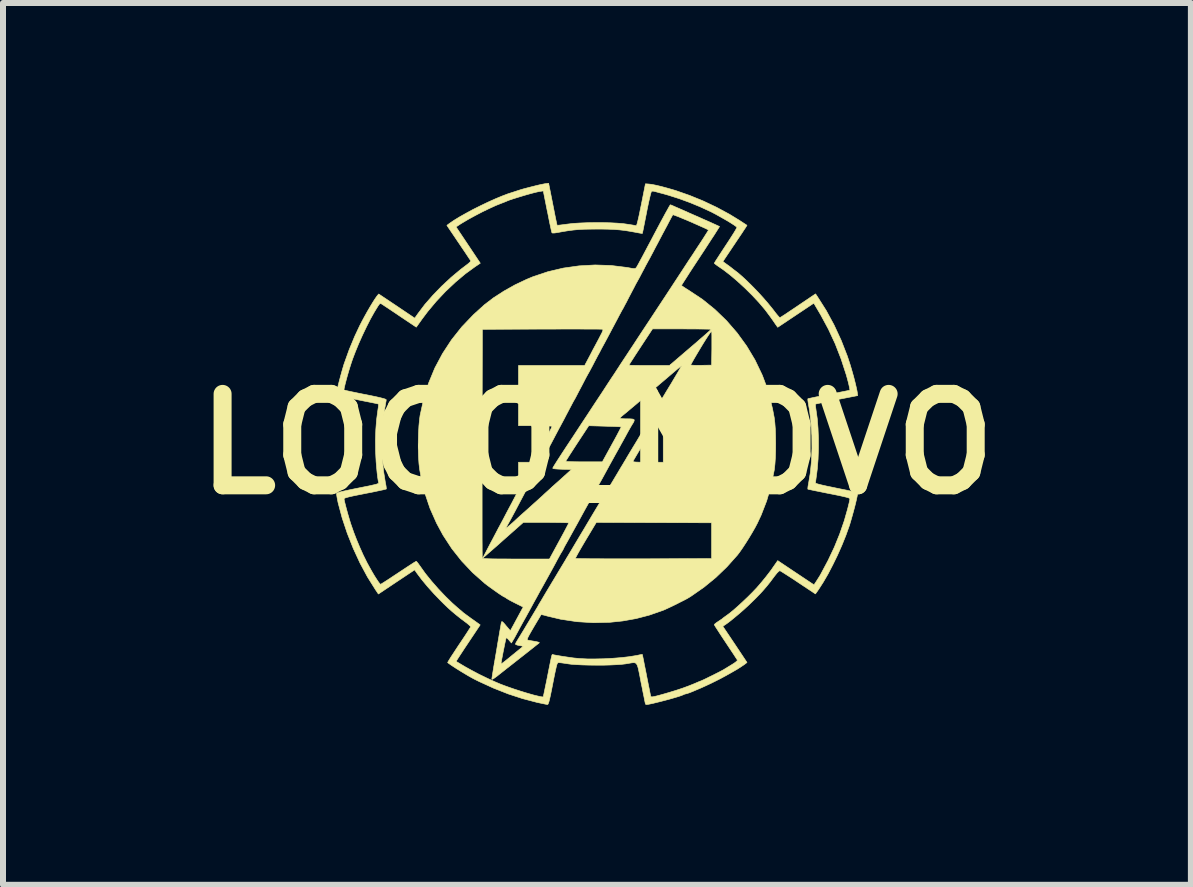
<source format=kicad_pcb>
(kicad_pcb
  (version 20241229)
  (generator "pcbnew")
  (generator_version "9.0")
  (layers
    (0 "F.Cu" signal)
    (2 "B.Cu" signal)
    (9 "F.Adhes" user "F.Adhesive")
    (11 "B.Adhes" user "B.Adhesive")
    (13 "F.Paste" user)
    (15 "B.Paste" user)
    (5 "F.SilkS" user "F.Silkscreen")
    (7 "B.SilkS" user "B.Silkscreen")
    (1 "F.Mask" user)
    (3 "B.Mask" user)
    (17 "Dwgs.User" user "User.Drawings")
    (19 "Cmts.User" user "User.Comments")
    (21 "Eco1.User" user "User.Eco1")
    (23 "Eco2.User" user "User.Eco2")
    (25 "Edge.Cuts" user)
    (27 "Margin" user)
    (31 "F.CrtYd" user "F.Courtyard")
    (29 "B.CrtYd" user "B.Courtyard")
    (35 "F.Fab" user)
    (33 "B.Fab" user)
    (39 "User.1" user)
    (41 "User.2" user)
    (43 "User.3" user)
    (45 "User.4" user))
  (footprint "LOGO_NOVO"
    (layer "F.Cu")
    (at 6.902 4.351)
    (property "Reference" "LOGO_NOVO" (at 0 0 0) (layer "F.SilkS") (effects (font (size 1.524 1.524) (thickness 0.3))))
    (attr through_hole)
    (fp_poly (pts (xy 1.236 -3.983) (xy 1.269 -3.969) (xy 1.318 -3.947) (xy 1.381 -3.92) (xy 1.454 -3.888) (xy 1.534 -3.852) (xy 1.618 -3.815) (xy 1.703 -3.778) (xy 1.785 -3.741) (xy 1.861 -3.708) (xy 1.927 -3.678) (xy 1.982 -3.653) (xy 2.021 -3.635) (xy 2.041 -3.626) (xy 2.043 -3.625) (xy 2.037 -3.614) (xy 2.018 -3.584) (xy 1.988 -3.537) (xy 1.949 -3.475) (xy 1.9 -3.401) (xy 1.845 -3.316) (xy 1.784 -3.222) (xy 1.728 -3.137) (xy 1.663 -3.038) (xy 1.602 -2.945) (xy 1.547 -2.861) (xy 1.5 -2.787) (xy 1.461 -2.726) (xy 1.432 -2.681) (xy 1.414 -2.652) (xy 1.41 -2.643) (xy 1.42 -2.633) (xy 1.448 -2.614) (xy 1.489 -2.587) (xy 1.534 -2.559) (xy 1.756 -2.412) (xy 1.965 -2.243) (xy 2.159 -2.056) (xy 2.336 -1.852) (xy 2.495 -1.633) (xy 2.634 -1.401) (xy 2.751 -1.157) (xy 2.76 -1.136) (xy 2.824 -0.965) (xy 2.881 -0.776) (xy 2.928 -0.58) (xy 2.955 -0.438) (xy 2.965 -0.354) (xy 2.973 -0.251) (xy 2.977 -0.136) (xy 2.979 -0.013) (xy 2.978 0.11) (xy 2.974 0.228) (xy 2.967 0.334) (xy 2.957 0.422) (xy 2.955 0.438) (xy 2.901 0.701) (xy 2.829 0.949) (xy 2.737 1.186) (xy 2.673 1.323) (xy 2.635 1.395) (xy 2.588 1.477) (xy 2.536 1.564) (xy 2.482 1.65) (xy 2.429 1.731) (xy 2.381 1.8) (xy 2.342 1.852) (xy 2.341 1.853) (xy 2.166 2.049) (xy 1.982 2.226) (xy 1.784 2.388) (xy 1.566 2.54) (xy 1.535 2.559) (xy 1.503 2.578) (xy 1.452 2.605) (xy 1.39 2.636) (xy 1.322 2.671) (xy 1.252 2.705) (xy 1.188 2.735) (xy 1.134 2.76) (xy 1.096 2.776) (xy 1.095 2.776) (xy 0.871 2.854) (xy 0.652 2.911) (xy 0.428 2.951) (xy 0.217 2.973) (xy -0.058 2.98) (xy -0.333 2.963) (xy -0.605 2.922) (xy -0.829 2.869) (xy -0.875 2.856) (xy -0.911 2.848) (xy -0.93 2.846) (xy -0.931 2.846) (xy -0.939 2.858) (xy -0.957 2.889) (xy -0.984 2.934) (xy -1.018 2.991) (xy -1.056 3.055) (xy -1.057 3.057) (xy -1.1 3.131) (xy -1.131 3.186) (xy -1.151 3.225) (xy -1.161 3.25) (xy -1.163 3.263) (xy -1.158 3.269) (xy -1.135 3.274) (xy -1.096 3.281) (xy -1.048 3.289) (xy -1.043 3.29) (xy -1 3.298) (xy -0.971 3.306) (xy -0.96 3.313) (xy -0.961 3.314) (xy -0.973 3.325) (xy -1.003 3.348) (xy -1.048 3.384) (xy -1.105 3.429) (xy -1.172 3.482) (xy -1.247 3.541) (xy -1.283 3.569) (xy -1.364 3.633) (xy -1.443 3.695) (xy -1.516 3.752) (xy -1.579 3.802) (xy -1.631 3.843) (xy -1.666 3.871) (xy -1.673 3.876) (xy -1.71 3.903) (xy -1.737 3.92) (xy -1.752 3.924) (xy -1.753 3.922) (xy -1.751 3.904) (xy -1.745 3.866) (xy -1.737 3.813) (xy -1.726 3.748) (xy -1.721 3.715) (xy -1.712 3.664) (xy -1.6 3.664) (xy -1.598 3.667) (xy -1.591 3.664) (xy -1.577 3.654) (xy -1.552 3.635) (xy -1.515 3.606) (xy -1.463 3.564) (xy -1.394 3.507) (xy -1.391 3.505) (xy -1.228 3.372) (xy -1.293 3.361) (xy -1.33 3.353) (xy -1.354 3.343) (xy -1.359 3.337) (xy -1.352 3.317) (xy -1.336 3.289) (xy -1.333 3.284) (xy -1.317 3.258) (xy -1.29 3.214) (xy -1.255 3.156) (xy -1.214 3.089) (xy -1.17 3.015) (xy -1.125 2.94) (xy -1.081 2.867) (xy -1.041 2.8) (xy -1.007 2.743) (xy -0.982 2.701) (xy -0.978 2.692) (xy -0.96 2.661) (xy -0.93 2.612) (xy -0.892 2.547) (xy -0.847 2.471) (xy -0.796 2.386) (xy -0.742 2.296) (xy -0.709 2.242) (xy -0.653 2.148) (xy -0.586 2.037) (xy -0.512 1.914) (xy -0.509 1.908) (xy -0.36 1.908) (xy -0.359 1.908) (xy -0.346 1.91) (xy -0.309 1.911) (xy -0.251 1.912) (xy -0.172 1.913) (xy -0.076 1.914) (xy 0.037 1.914) (xy 0.165 1.915) (xy 0.305 1.915) (xy 0.456 1.915) (xy 0.617 1.915) (xy 0.779 1.915) (xy 1.911 1.911) (xy 1.911 1.314) (xy 0.95 1.311) (xy -0.011 1.308) (xy -0.188 1.603) (xy -0.234 1.681) (xy -0.276 1.753) (xy -0.311 1.814) (xy -0.337 1.862) (xy -0.354 1.894) (xy -0.36 1.908) (xy -0.509 1.908) (xy -0.434 1.783) (xy -0.355 1.65) (xy -0.277 1.519) (xy -0.203 1.396) (xy -0.185 1.365) (xy -0.123 1.261) (xy -0.064 1.162) (xy -0.01 1.072) (xy 0.038 0.992) (xy 0.078 0.925) (xy 0.109 0.874) (xy 0.129 0.839) (xy 0.138 0.826) (xy 0.153 0.801) (xy 0.179 0.758) (xy 0.213 0.702) (xy 0.254 0.635) (xy 0.297 0.563) (xy 0.342 0.488) (xy 0.385 0.415) (xy 0.425 0.349) (xy 0.459 0.292) (xy 0.461 0.289) (xy 0.6 0.289) (xy 0.604 0.295) (xy 0.62 0.299) (xy 0.652 0.302) (xy 0.702 0.304) (xy 0.772 0.305) (xy 0.85 0.305) (xy 1.105 0.305) (xy 1.105 -0.306) (xy 1.027 -0.302) (xy 0.949 -0.298) (xy 0.778 -0.013) (xy 0.732 0.065) (xy 0.69 0.135) (xy 0.654 0.196) (xy 0.626 0.244) (xy 0.607 0.276) (xy 0.6 0.289) (xy 0.461 0.289) (xy 0.485 0.249) (xy 0.496 0.229) (xy 0.526 0.179) (xy 0.56 0.122) (xy 0.584 0.083) (xy 0.601 0.054) (xy 0.63 0.007) (xy 0.668 -0.056) (xy 0.713 -0.132) (xy 0.764 -0.218) (xy 0.819 -0.311) (xy 0.876 -0.406) (xy 0.934 -0.503) (xy 0.989 -0.596) (xy 1.041 -0.683) (xy 1.087 -0.76) (xy 1.126 -0.824) (xy 1.155 -0.873) (xy 1.173 -0.902) (xy 1.202 -0.95) (xy 1.237 -1.007) (xy 1.273 -1.068) (xy 1.31 -1.13) (xy 1.344 -1.187) (xy 1.373 -1.237) (xy 1.395 -1.276) (xy 1.408 -1.299) (xy 1.41 -1.304) (xy 1.401 -1.298) (xy 1.376 -1.278) (xy 1.339 -1.247) (xy 1.293 -1.208) (xy 1.273 -1.191) (xy 1.217 -1.143) (xy 1.148 -1.084) (xy 1.072 -1.02) (xy 0.996 -0.955) (xy 0.94 -0.908) (xy 0.88 -0.857) (xy 0.826 -0.811) (xy 0.781 -0.773) (xy 0.749 -0.745) (xy 0.733 -0.731) (xy 0.732 -0.73) (xy 0.713 -0.714) (xy 0.68 -0.685) (xy 0.636 -0.648) (xy 0.587 -0.607) (xy 0.537 -0.565) (xy 0.491 -0.526) (xy 0.454 -0.496) (xy 0.438 -0.483) (xy 0.407 -0.457) (xy 0.387 -0.436) (xy 0.382 -0.429) (xy 0.393 -0.425) (xy 0.425 -0.421) (xy 0.47 -0.419) (xy 0.502 -0.419) (xy 0.563 -0.418) (xy 0.601 -0.414) (xy 0.62 -0.404) (xy 0.62 -0.385) (xy 0.606 -0.355) (xy 0.59 -0.33) (xy 0.566 -0.29) (xy 0.538 -0.241) (xy 0.519 -0.207) (xy 0.498 -0.169) (xy 0.469 -0.115) (xy 0.434 -0.052) (xy 0.397 0.014) (xy 0.388 0.031) (xy 0.355 0.091) (xy 0.328 0.139) (xy 0.304 0.182) (xy 0.281 0.224) (xy 0.256 0.269) (xy 0.226 0.323) (xy 0.189 0.391) (xy 0.153 0.457) (xy 0.116 0.525) (xy 0.076 0.598) (xy 0.038 0.665) (xy 0.013 0.711) (xy -0.018 0.767) (xy -0.05 0.823) (xy -0.075 0.869) (xy -0.083 0.883) (xy -0.111 0.934) (xy -0.141 0.988) (xy -0.153 1.01) (xy -0.206 1.105) (xy -0.265 1.213) (xy -0.326 1.325) (xy -0.384 1.429) (xy -0.385 1.431) (xy -0.42 1.494) (xy -0.457 1.561) (xy -0.49 1.621) (xy -0.507 1.651) (xy -0.531 1.693) (xy -0.549 1.727) (xy -0.558 1.746) (xy -0.559 1.748) (xy -0.565 1.761) (xy -0.58 1.787) (xy -0.588 1.8) (xy -0.607 1.831) (xy -0.633 1.878) (xy -0.663 1.933) (xy -0.685 1.975) (xy -0.719 2.038) (xy -0.76 2.113) (xy -0.803 2.191) (xy -0.838 2.254) (xy -0.89 2.348) (xy -0.948 2.451) (xy -1.005 2.556) (xy -1.06 2.655) (xy -1.106 2.74) (xy -1.108 2.743) (xy -1.127 2.779) (xy -1.155 2.829) (xy -1.186 2.886) (xy -1.206 2.921) (xy -1.241 2.984) (xy -1.278 3.051) (xy -1.311 3.113) (xy -1.324 3.137) (xy -1.351 3.187) (xy -1.377 3.235) (xy -1.398 3.27) (xy -1.401 3.275) (xy -1.426 3.318) (xy -1.468 3.269) (xy -1.494 3.24) (xy -1.509 3.232) (xy -1.516 3.239) (xy -1.52 3.256) (xy -1.528 3.292) (xy -1.539 3.343) (xy -1.551 3.404) (xy -1.564 3.467) (xy -1.576 3.53) (xy -1.587 3.586) (xy -1.595 3.631) (xy -1.599 3.658) (xy -1.6 3.664) (xy -1.712 3.664) (xy -1.696 3.57) (xy -1.673 3.436) (xy -1.653 3.315) (xy -1.635 3.21) (xy -1.62 3.121) (xy -1.607 3.051) (xy -1.599 3.002) (xy -1.594 2.976) (xy -1.593 2.975) (xy -1.589 2.963) (xy -1.58 2.962) (xy -1.565 2.974) (xy -1.538 3.003) (xy -1.516 3.03) (xy -1.444 3.114) (xy -1.407 3.046) (xy -1.385 3.006) (xy -1.356 2.952) (xy -1.323 2.891) (xy -1.3 2.848) (xy -1.23 2.719) (xy -1.361 2.654) (xy -1.416 2.626) (xy -1.463 2.601) (xy -1.497 2.581) (xy -1.512 2.571) (xy -1.532 2.556) (xy -1.541 2.553) (xy -1.556 2.546) (xy -1.586 2.527) (xy -1.629 2.499) (xy -1.679 2.464) (xy -1.731 2.427) (xy -1.783 2.39) (xy -1.829 2.356) (xy -1.865 2.328) (xy -1.867 2.327) (xy -2.073 2.145) (xy -2.257 1.95) (xy -2.421 1.743) (xy -2.567 1.519) (xy -2.674 1.321) (xy -2.783 1.075) (xy -2.869 0.82) (xy -2.871 0.812) (xy -1.915 0.812) (xy -1.915 0.994) (xy -1.915 1.163) (xy -1.915 1.319) (xy -1.915 1.459) (xy -1.915 1.583) (xy -1.914 1.688) (xy -1.914 1.774) (xy -1.913 1.839) (xy -1.913 1.882) (xy -1.912 1.901) (xy -1.912 1.902) (xy -1.905 1.906) (xy -1.886 1.909) (xy -1.854 1.912) (xy -1.807 1.914) (xy -1.743 1.916) (xy -1.66 1.917) (xy -1.555 1.917) (xy -1.429 1.918) (xy -1.349 1.918) (xy -0.792 1.918) (xy -0.631 1.621) (xy -0.588 1.542) (xy -0.549 1.47) (xy -0.517 1.409) (xy -0.492 1.361) (xy -0.475 1.329) (xy -0.47 1.317) (xy -0.482 1.315) (xy -0.517 1.313) (xy -0.57 1.311) (xy -0.64 1.31) (xy -0.723 1.309) (xy -0.815 1.308) (xy -0.849 1.308) (xy -1.228 1.308) (xy -1.564 1.605) (xy -1.641 1.674) (xy -1.713 1.737) (xy -1.776 1.792) (xy -1.829 1.838) (xy -1.868 1.873) (xy -1.894 1.894) (xy -1.902 1.9) (xy -1.896 1.888) (xy -1.881 1.857) (xy -1.855 1.808) (xy -1.822 1.744) (xy -1.782 1.667) (xy -1.735 1.579) (xy -1.685 1.484) (xy -1.669 1.453) (xy -1.645 1.408) (xy -1.521 1.408) (xy -1.511 1.402) (xy -1.505 1.397) (xy -1.48 1.377) (xy -1.447 1.349) (xy -1.437 1.34) (xy -1.407 1.314) (xy -1.384 1.293) (xy -1.379 1.289) (xy -1.358 1.269) (xy -1.322 1.236) (xy -1.275 1.193) (xy -1.219 1.143) (xy -1.159 1.09) (xy -1.099 1.036) (xy -1.098 1.035) (xy -1.045 0.987) (xy -0.99 0.938) (xy -0.942 0.894) (xy -0.914 0.869) (xy -0.866 0.824) (xy -0.824 0.786) (xy -0.784 0.75) (xy -0.742 0.711) (xy -0.693 0.667) (xy -0.632 0.613) (xy -0.59 0.575) (xy -0.424 0.425) (xy -0.58 0.422) (xy -0.649 0.419) (xy -0.7 0.415) (xy -0.73 0.41) (xy -0.737 0.405) (xy -0.735 0.398) (xy -0.728 0.385) (xy -0.715 0.363) (xy -0.695 0.331) (xy -0.669 0.29) (xy -0.521 0.29) (xy -0.508 0.292) (xy -0.474 0.294) (xy -0.422 0.296) (xy -0.354 0.297) (xy -0.275 0.298) (xy -0.215 0.298) (xy 0.09 0.298) (xy 0.249 0.008) (xy 0.292 -0.07) (xy 0.33 -0.14) (xy 0.361 -0.199) (xy 0.385 -0.245) (xy 0.4 -0.275) (xy 0.404 -0.285) (xy 0.391 -0.286) (xy 0.356 -0.288) (xy 0.303 -0.291) (xy 0.236 -0.293) (xy 0.159 -0.295) (xy 0.131 -0.296) (xy -0.137 -0.304) (xy -0.329 -0.012) (xy -0.379 0.065) (xy -0.424 0.135) (xy -0.463 0.195) (xy -0.493 0.243) (xy -0.513 0.275) (xy -0.521 0.289) (xy -0.521 0.29) (xy -0.669 0.29) (xy -0.668 0.288) (xy -0.631 0.231) (xy -0.585 0.16) (xy -0.527 0.071) (xy -0.457 -0.035) (xy -0.392 -0.133) (xy -0.269 -0.321) (xy -0.158 -0.489) (xy -0.06 -0.639) (xy 0.028 -0.772) (xy 0.106 -0.89) (xy 0.174 -0.995) (xy 0.235 -1.088) (xy 0.29 -1.17) (xy 0.338 -1.244) (xy 0.374 -1.299) (xy 0.384 -1.315) (xy 0.533 -1.315) (xy 0.546 -1.313) (xy 0.58 -1.311) (xy 0.633 -1.31) (xy 0.701 -1.309) (xy 0.782 -1.308) (xy 0.871 -1.308) (xy 1.208 -1.308) (xy 1.219 -1.317) (xy 1.562 -1.317) (xy 1.574 -1.314) (xy 1.607 -1.312) (xy 1.656 -1.31) (xy 1.716 -1.311) (xy 1.737 -1.311) (xy 1.911 -1.314) (xy 1.915 -1.587) (xy 1.915 -1.669) (xy 1.915 -1.742) (xy 1.915 -1.804) (xy 1.914 -1.849) (xy 1.912 -1.875) (xy 1.911 -1.878) (xy 1.903 -1.874) (xy 1.883 -1.848) (xy 1.853 -1.804) (xy 1.813 -1.742) (xy 1.765 -1.665) (xy 1.733 -1.612) (xy 1.687 -1.535) (xy 1.646 -1.466) (xy 1.611 -1.406) (xy 1.585 -1.359) (xy 1.568 -1.329) (xy 1.562 -1.317) (xy 1.219 -1.317) (xy 1.557 -1.607) (xy 1.637 -1.675) (xy 1.71 -1.739) (xy 1.775 -1.795) (xy 1.829 -1.842) (xy 1.87 -1.879) (xy 1.896 -1.903) (xy 1.905 -1.912) (xy 1.893 -1.913) (xy 1.858 -1.914) (xy 1.803 -1.915) (xy 1.731 -1.916) (xy 1.645 -1.917) (xy 1.546 -1.917) (xy 1.439 -1.918) (xy 1.416 -1.918) (xy 0.926 -1.918) (xy 0.73 -1.62) (xy 0.679 -1.542) (xy 0.633 -1.472) (xy 0.594 -1.411) (xy 0.563 -1.363) (xy 0.542 -1.33) (xy 0.534 -1.315) (xy 0.533 -1.315) (xy 0.384 -1.315) (xy 0.422 -1.373) (xy 0.481 -1.462) (xy 0.546 -1.561) (xy 0.615 -1.665) (xy 0.682 -1.768) (xy 0.743 -1.861) (xy 0.884 -2.074) (xy 1.011 -2.267) (xy 1.127 -2.443) (xy 1.232 -2.603) (xy 1.327 -2.748) (xy 1.378 -2.826) (xy 1.422 -2.893) (xy 1.476 -2.976) (xy 1.536 -3.068) (xy 1.599 -3.162) (xy 1.658 -3.253) (xy 1.681 -3.288) (xy 1.73 -3.362) (xy 1.773 -3.428) (xy 1.809 -3.485) (xy 1.837 -3.529) (xy 1.854 -3.557) (xy 1.858 -3.566) (xy 1.846 -3.574) (xy 1.817 -3.589) (xy 1.775 -3.608) (xy 1.757 -3.616) (xy 1.703 -3.64) (xy 1.652 -3.663) (xy 1.612 -3.68) (xy 1.607 -3.683) (xy 1.552 -3.707) (xy 1.491 -3.733) (xy 1.43 -3.758) (xy 1.373 -3.782) (xy 1.323 -3.801) (xy 1.286 -3.815) (xy 1.267 -3.821) (xy 1.265 -3.821) (xy 1.257 -3.808) (xy 1.241 -3.779) (xy 1.218 -3.736) (xy 1.203 -3.708) (xy 1.172 -3.648) (xy 1.138 -3.585) (xy 1.109 -3.53) (xy 1.102 -3.518) (xy 1.08 -3.476) (xy 1.05 -3.419) (xy 1.015 -3.352) (xy 0.978 -3.283) (xy 0.965 -3.258) (xy 0.933 -3.196) (xy 0.904 -3.142) (xy 0.882 -3.1) (xy 0.867 -3.073) (xy 0.864 -3.067) (xy 0.855 -3.052) (xy 0.837 -3.018) (xy 0.811 -2.971) (xy 0.782 -2.914) (xy 0.768 -2.889) (xy 0.737 -2.83) (xy 0.71 -2.778) (xy 0.688 -2.738) (xy 0.675 -2.715) (xy 0.673 -2.711) (xy 0.665 -2.697) (xy 0.646 -2.663) (xy 0.621 -2.614) (xy 0.59 -2.555) (xy 0.559 -2.496) (xy 0.523 -2.427) (xy 0.491 -2.364) (xy 0.462 -2.311) (xy 0.442 -2.272) (xy 0.432 -2.254) (xy 0.416 -2.227) (xy 0.393 -2.184) (xy 0.365 -2.132) (xy 0.346 -2.095) (xy 0.313 -2.033) (xy 0.278 -1.967) (xy 0.247 -1.909) (xy 0.235 -1.886) (xy 0.173 -1.769) (xy 0.121 -1.672) (xy 0.077 -1.592) (xy 0.042 -1.524) (xy 0.011 -1.468) (xy -0.015 -1.418) (xy -0.039 -1.373) (xy -0.061 -1.33) (xy -0.069 -1.314) (xy -0.098 -1.26) (xy -0.123 -1.213) (xy -0.142 -1.179) (xy -0.152 -1.162) (xy -0.152 -1.162) (xy -0.16 -1.147) (xy -0.179 -1.113) (xy -0.204 -1.065) (xy -0.235 -1.005) (xy -0.266 -0.946) (xy -0.301 -0.88) (xy -0.331 -0.822) (xy -0.356 -0.774) (xy -0.373 -0.743) (xy -0.381 -0.73) (xy -0.39 -0.715) (xy -0.408 -0.681) (xy -0.433 -0.634) (xy -0.463 -0.577) (xy -0.476 -0.552) (xy -0.511 -0.486) (xy -0.545 -0.42) (xy -0.576 -0.362) (xy -0.6 -0.318) (xy -0.603 -0.311) (xy -0.628 -0.266) (xy -0.659 -0.207) (xy -0.692 -0.145) (xy -0.708 -0.114) (xy -0.737 -0.059) (xy -0.774 0.011) (xy -0.816 0.089) (xy -0.856 0.165) (xy -0.87 0.191) (xy -0.909 0.263) (xy -0.949 0.338) (xy -0.986 0.407) (xy -1.016 0.465) (xy -1.025 0.483) (xy -1.055 0.539) (xy -1.085 0.595) (xy -1.111 0.642) (xy -1.117 0.654) (xy -1.139 0.693) (xy -1.167 0.746) (xy -1.199 0.805) (xy -1.216 0.838) (xy -1.29 0.978) (xy -1.352 1.096) (xy -1.404 1.193) (xy -1.446 1.271) (xy -1.479 1.33) (xy -1.503 1.372) (xy -1.519 1.399) (xy -1.521 1.408) (xy -1.645 1.408) (xy -1.614 1.35) (xy -1.56 1.249) (xy -1.51 1.153) (xy -1.464 1.066) (xy -1.424 0.992) (xy -1.393 0.932) (xy -1.372 0.892) (xy -1.371 0.89) (xy -1.308 0.77) (xy -1.308 0.305) (xy -1.06 0.305) (xy -0.905 0.012) (xy -0.863 -0.067) (xy -0.825 -0.139) (xy -0.794 -0.201) (xy -0.769 -0.249) (xy -0.754 -0.281) (xy -0.749 -0.293) (xy -0.762 -0.297) (xy -0.797 -0.3) (xy -0.852 -0.302) (xy -0.926 -0.304) (xy -1.015 -0.305) (xy -1.029 -0.305) (xy -1.308 -0.305) (xy -1.308 -1.308) (xy -0.205 -1.308) (xy -0.106 -1.495) (xy -0.068 -1.569) (xy -0.027 -1.645) (xy 0.011 -1.716) (xy 0.042 -1.775) (xy 0.052 -1.795) (xy 0.083 -1.854) (xy 0.098 -1.892) (xy 0.099 -1.911) (xy 0.098 -1.912) (xy 0.083 -1.913) (xy 0.044 -1.914) (xy -0.015 -1.915) (xy -0.095 -1.915) (xy -0.192 -1.915) (xy -0.304 -1.916) (xy -0.43 -1.916) (xy -0.568 -1.916) (xy -0.715 -1.915) (xy -0.871 -1.915) (xy -0.915 -1.915) (xy -1.911 -1.911) (xy -1.915 -0.013) (xy -1.915 0.205) (xy -1.915 0.416) (xy -1.915 0.619) (xy -1.915 0.812) (xy -2.871 0.812) (xy -2.933 0.553) (xy -2.955 0.431) (xy -2.967 0.333) (xy -2.975 0.216) (xy -2.979 0.088) (xy -2.979 -0.046) (xy -2.975 -0.179) (xy -2.968 -0.305) (xy -2.957 -0.416) (xy -2.949 -0.475) (xy -2.889 -0.75) (xy -2.807 -1.014) (xy -2.703 -1.266) (xy -2.575 -1.506) (xy -2.426 -1.734) (xy -2.254 -1.951) (xy -2.059 -2.155) (xy -1.876 -2.321) (xy -1.724 -2.437) (xy -1.552 -2.548) (xy -1.367 -2.652) (xy -1.175 -2.743) (xy -1.067 -2.788) (xy -0.819 -2.871) (xy -0.561 -2.932) (xy -0.298 -2.969) (xy -0.031 -2.984) (xy 0.237 -2.975) (xy 0.504 -2.942) (xy 0.526 -2.938) (xy 0.579 -2.928) (xy 0.614 -2.924) (xy 0.634 -2.925) (xy 0.647 -2.931) (xy 0.657 -2.943) (xy 0.659 -2.945) (xy 0.669 -2.962) (xy 0.69 -2.999) (xy 0.719 -3.053) (xy 0.757 -3.123) (xy 0.801 -3.206) (xy 0.85 -3.299) (xy 0.904 -3.4) (xy 0.946 -3.48) (xy 1.001 -3.584) (xy 1.053 -3.682) (xy 1.1 -3.769) (xy 1.141 -3.845) (xy 1.176 -3.907) (xy 1.201 -3.953) (xy 1.218 -3.98) (xy 1.223 -3.987) (xy 1.236 -3.983)) (stroke (width 0.01) (type solid)) (fill yes) (layer "F.SilkS"))
    (fp_poly (pts (xy -0.737 -3.999) (xy -0.719 -3.908) (xy -0.703 -3.826) (xy -0.689 -3.756) (xy -0.677 -3.7) (xy -0.669 -3.663) (xy -0.665 -3.647) (xy -0.665 -3.646) (xy -0.652 -3.646) (xy -0.618 -3.649) (xy -0.569 -3.655) (xy -0.509 -3.663) (xy -0.493 -3.665) (xy -0.401 -3.676) (xy -0.29 -3.683) (xy -0.168 -3.688) (xy -0.038 -3.69) (xy 0.093 -3.69) (xy 0.22 -3.687) (xy 0.336 -3.681) (xy 0.436 -3.673) (xy 0.486 -3.666) (xy 0.546 -3.657) (xy 0.597 -3.649) (xy 0.634 -3.642) (xy 0.652 -3.638) (xy 0.658 -3.643) (xy 0.667 -3.664) (xy 0.677 -3.702) (xy 0.691 -3.759) (xy 0.708 -3.837) (xy 0.728 -3.937) (xy 0.738 -3.984) (xy 0.808 -4.337) (xy 0.864 -4.333) (xy 0.914 -4.327) (xy 0.984 -4.313) (xy 1.069 -4.293) (xy 1.165 -4.267) (xy 1.267 -4.238) (xy 1.319 -4.222) (xy 1.542 -4.144) (xy 1.77 -4.051) (xy 1.994 -3.945) (xy 2.207 -3.83) (xy 2.374 -3.728) (xy 2.501 -3.645) (xy 2.467 -3.591) (xy 2.449 -3.565) (xy 2.421 -3.521) (xy 2.383 -3.465) (xy 2.338 -3.398) (xy 2.29 -3.326) (xy 2.265 -3.289) (xy 2.099 -3.041) (xy 2.169 -2.99) (xy 2.207 -2.963) (xy 2.237 -2.94) (xy 2.253 -2.927) (xy 2.274 -2.91) (xy 2.296 -2.894) (xy 2.357 -2.847) (xy 2.429 -2.784) (xy 2.51 -2.708) (xy 2.596 -2.623) (xy 2.684 -2.532) (xy 2.769 -2.439) (xy 2.848 -2.348) (xy 2.919 -2.261) (xy 2.942 -2.232) (xy 2.979 -2.183) (xy 3.012 -2.143) (xy 3.036 -2.116) (xy 3.049 -2.105) (xy 3.05 -2.105) (xy 3.063 -2.113) (xy 3.094 -2.133) (xy 3.141 -2.163) (xy 3.2 -2.203) (xy 3.269 -2.249) (xy 3.345 -2.3) (xy 3.352 -2.305) (xy 3.644 -2.502) (xy 3.68 -2.448) (xy 3.822 -2.224) (xy 3.953 -1.982) (xy 4.071 -1.727) (xy 4.173 -1.466) (xy 4.197 -1.394) (xy 4.225 -1.308) (xy 4.252 -1.215) (xy 4.279 -1.12) (xy 4.302 -1.03) (xy 4.321 -0.95) (xy 4.335 -0.885) (xy 4.339 -0.861) (xy 4.346 -0.806) (xy 3.999 -0.738) (xy 3.908 -0.72) (xy 3.826 -0.703) (xy 3.755 -0.689) (xy 3.699 -0.677) (xy 3.661 -0.669) (xy 3.644 -0.665) (xy 3.643 -0.665) (xy 3.642 -0.652) (xy 3.644 -0.62) (xy 3.651 -0.575) (xy 3.652 -0.565) (xy 3.672 -0.424) (xy 3.685 -0.264) (xy 3.692 -0.093) (xy 3.692 0.081) (xy 3.686 0.254) (xy 3.673 0.416) (xy 3.664 0.487) (xy 3.656 0.547) (xy 3.649 0.598) (xy 3.644 0.634) (xy 3.641 0.651) (xy 3.653 0.658) (xy 3.688 0.669) (xy 3.747 0.684) (xy 3.827 0.702) (xy 3.929 0.723) (xy 3.991 0.736) (xy 4.094 0.757) (xy 4.175 0.773) (xy 4.236 0.787) (xy 4.281 0.797) (xy 4.311 0.806) (xy 4.33 0.814) (xy 4.34 0.821) (xy 4.343 0.829) (xy 4.343 0.832) (xy 4.34 0.86) (xy 4.33 0.907) (xy 4.316 0.969) (xy 4.298 1.042) (xy 4.277 1.121) (xy 4.255 1.2) (xy 4.233 1.277) (xy 4.213 1.345) (xy 4.206 1.366) (xy 4.15 1.523) (xy 4.084 1.687) (xy 4.011 1.852) (xy 3.932 2.014) (xy 3.852 2.168) (xy 3.771 2.307) (xy 3.693 2.428) (xy 3.68 2.447) (xy 3.642 2.5) (xy 3.355 2.309) (xy 3.279 2.258) (xy 3.208 2.212) (xy 3.147 2.173) (xy 3.098 2.142) (xy 3.064 2.121) (xy 3.049 2.113) (xy 3.049 2.113) (xy 3.032 2.122) (xy 3.003 2.15) (xy 2.965 2.197) (xy 2.943 2.226) (xy 2.885 2.304) (xy 2.831 2.371) (xy 2.777 2.434) (xy 2.718 2.499) (xy 2.648 2.571) (xy 2.597 2.621) (xy 2.529 2.687) (xy 2.453 2.757) (xy 2.373 2.827) (xy 2.294 2.893) (xy 2.223 2.951) (xy 2.162 2.997) (xy 2.144 3.009) (xy 2.098 3.04) (xy 2.3 3.341) (xy 2.501 3.643) (xy 2.457 3.677) (xy 2.405 3.712) (xy 2.335 3.757) (xy 2.25 3.806) (xy 2.156 3.859) (xy 2.056 3.913) (xy 1.975 3.954) (xy 1.9 3.991) (xy 1.821 4.028) (xy 1.742 4.064) (xy 1.667 4.096) (xy 1.599 4.125) (xy 1.544 4.147) (xy 1.503 4.161) (xy 1.483 4.166) (xy 1.461 4.171) (xy 1.431 4.185) (xy 1.43 4.185) (xy 1.402 4.196) (xy 1.354 4.212) (xy 1.29 4.231) (xy 1.214 4.253) (xy 1.132 4.275) (xy 1.047 4.297) (xy 0.965 4.317) (xy 0.937 4.324) (xy 0.88 4.336) (xy 0.844 4.343) (xy 0.822 4.344) (xy 0.812 4.34) (xy 0.807 4.332) (xy 0.803 4.314) (xy 0.795 4.276) (xy 0.784 4.219) (xy 0.769 4.147) (xy 0.753 4.065) (xy 0.735 3.978) (xy 0.716 3.876) (xy 0.7 3.797) (xy 0.687 3.737) (xy 0.674 3.694) (xy 0.659 3.667) (xy 0.641 3.651) (xy 0.617 3.646) (xy 0.585 3.648) (xy 0.543 3.655) (xy 0.489 3.664) (xy 0.479 3.666) (xy 0.412 3.674) (xy 0.323 3.68) (xy 0.22 3.685) (xy 0.108 3.688) (xy -0.01 3.688) (xy -0.127 3.687) (xy -0.239 3.684) (xy -0.34 3.679) (xy -0.425 3.673) (xy -0.479 3.666) (xy -0.537 3.657) (xy -0.588 3.65) (xy -0.625 3.646) (xy -0.638 3.645) (xy -0.647 3.646) (xy -0.655 3.651) (xy -0.662 3.662) (xy -0.67 3.683) (xy -0.678 3.715) (xy -0.689 3.763) (xy -0.703 3.827) (xy -0.72 3.912) (xy -0.736 3.994) (xy -0.757 4.1) (xy -0.774 4.183) (xy -0.788 4.246) (xy -0.799 4.291) (xy -0.809 4.321) (xy -0.816 4.337) (xy -0.823 4.343) (xy -0.825 4.343) (xy -0.844 4.341) (xy -0.883 4.333) (xy -0.936 4.322) (xy -0.998 4.309) (xy -1.013 4.305) (xy -1.241 4.245) (xy -1.48 4.167) (xy -1.723 4.071) (xy -1.968 3.959) (xy -2.052 3.917) (xy -2.096 3.893) (xy -2.151 3.862) (xy -2.211 3.826) (xy -2.274 3.788) (xy -2.335 3.75) (xy -2.391 3.714) (xy -2.437 3.683) (xy -2.471 3.659) (xy -2.488 3.645) (xy -2.489 3.643) (xy -2.482 3.63) (xy -2.463 3.598) (xy -2.434 3.551) (xy -2.395 3.492) (xy -2.35 3.423) (xy -2.3 3.347) (xy -2.299 3.346) (xy -2.248 3.27) (xy -2.202 3.201) (xy -2.163 3.141) (xy -2.133 3.094) (xy -2.113 3.063) (xy -2.105 3.049) (xy -2.105 3.049) (xy -2.113 3.037) (xy -2.137 3.014) (xy -2.172 2.985) (xy -2.184 2.976) (xy -2.275 2.908) (xy -2.35 2.848) (xy -2.418 2.791) (xy -2.484 2.732) (xy -2.555 2.664) (xy -2.603 2.616) (xy -2.716 2.499) (xy -2.823 2.38) (xy -2.92 2.263) (xy -3.002 2.154) (xy -3.013 2.138) (xy -3.04 2.099) (xy -3.342 2.3) (xy -3.644 2.502) (xy -3.693 2.429) (xy -3.826 2.217) (xy -3.95 1.986) (xy -4.063 1.741) (xy -4.163 1.489) (xy -4.248 1.234) (xy -4.315 0.983) (xy -4.318 0.969) (xy -4.329 0.914) (xy -4.337 0.867) (xy -4.341 0.834) (xy -4.34 0.823) (xy -4.326 0.814) (xy -4.288 0.802) (xy -4.226 0.787) (xy -4.139 0.768) (xy -4.028 0.745) (xy -3.983 0.736) (xy -3.879 0.715) (xy -3.798 0.699) (xy -3.737 0.685) (xy -3.692 0.675) (xy -3.663 0.666) (xy -3.646 0.658) (xy -3.639 0.652) (xy -3.639 0.646) (xy -3.648 0.608) (xy -3.657 0.549) (xy -3.666 0.474) (xy -3.674 0.388) (xy -3.682 0.295) (xy -3.687 0.2) (xy -3.691 0.114) (xy -3.693 -0.062) (xy -3.687 -0.237) (xy -3.674 -0.404) (xy -3.654 -0.554) (xy -3.652 -0.568) (xy -3.645 -0.614) (xy -3.642 -0.648) (xy -3.643 -0.665) (xy -3.643 -0.666) (xy -3.658 -0.669) (xy -3.693 -0.677) (xy -3.747 -0.688) (xy -3.817 -0.702) (xy -3.898 -0.718) (xy -3.987 -0.736) (xy -3.997 -0.738) (xy -4.1 -0.759) (xy -4.18 -0.775) (xy -4.24 -0.788) (xy -4.283 -0.798) (xy -4.313 -0.807) (xy -4.331 -0.815) (xy -4.34 -0.822) (xy -4.343 -0.83) (xy -4.343 -0.833) (xy -4.34 -0.859) (xy -4.331 -0.906) (xy -4.329 -0.911) (xy -4.217 -0.911) (xy -4.216 -0.898) (xy -4.203 -0.895) (xy -4.167 -0.887) (xy -4.114 -0.875) (xy -4.045 -0.861) (xy -3.964 -0.844) (xy -3.874 -0.826) (xy -3.861 -0.824) (xy -3.753 -0.802) (xy -3.668 -0.784) (xy -3.604 -0.769) (xy -3.558 -0.757) (xy -3.53 -0.748) (xy -3.516 -0.74) (xy -3.513 -0.736) (xy -3.516 -0.715) (xy -3.523 -0.677) (xy -3.531 -0.628) (xy -3.535 -0.61) (xy -3.564 -0.407) (xy -3.581 -0.192) (xy -3.585 0.027) (xy -3.578 0.244) (xy -3.558 0.453) (xy -3.527 0.646) (xy -3.524 0.66) (xy -3.516 0.703) (xy -3.512 0.736) (xy -3.512 0.751) (xy -3.526 0.755) (xy -3.561 0.764) (xy -3.614 0.775) (xy -3.683 0.79) (xy -3.764 0.807) (xy -3.854 0.824) (xy -3.867 0.827) (xy -3.974 0.848) (xy -4.058 0.865) (xy -4.121 0.879) (xy -4.167 0.891) (xy -4.196 0.9) (xy -4.212 0.908) (xy -4.216 0.914) (xy -4.213 0.938) (xy -4.203 0.981) (xy -4.188 1.04) (xy -4.17 1.108) (xy -4.149 1.183) (xy -4.127 1.258) (xy -4.105 1.33) (xy -4.095 1.359) (xy -4.056 1.471) (xy -4.008 1.595) (xy -3.954 1.724) (xy -3.898 1.849) (xy -3.843 1.96) (xy -3.834 1.978) (xy -3.792 2.055) (xy -3.751 2.128) (xy -3.711 2.196) (xy -3.674 2.254) (xy -3.644 2.299) (xy -3.621 2.329) (xy -3.608 2.34) (xy -3.607 2.34) (xy -3.593 2.332) (xy -3.561 2.312) (xy -3.514 2.282) (xy -3.454 2.243) (xy -3.385 2.197) (xy -3.309 2.147) (xy -3.308 2.146) (xy -3.232 2.096) (xy -3.164 2.051) (xy -3.104 2.012) (xy -3.058 1.982) (xy -3.026 1.963) (xy -3.013 1.956) (xy -3.013 1.956) (xy -3.002 1.966) (xy -2.981 1.992) (xy -2.954 2.03) (xy -2.946 2.041) (xy -2.861 2.16) (xy -2.759 2.286) (xy -2.647 2.414) (xy -2.53 2.538) (xy -2.414 2.651) (xy -2.331 2.725) (xy -2.29 2.76) (xy -2.255 2.789) (xy -2.233 2.809) (xy -2.228 2.813) (xy -2.212 2.825) (xy -2.181 2.848) (xy -2.137 2.88) (xy -2.087 2.917) (xy -2.08 2.921) (xy -1.947 3.016) (xy -2.149 3.319) (xy -2.201 3.397) (xy -2.247 3.467) (xy -2.287 3.528) (xy -2.318 3.576) (xy -2.339 3.609) (xy -2.347 3.625) (xy -2.347 3.625) (xy -2.335 3.633) (xy -2.306 3.65) (xy -2.263 3.676) (xy -2.212 3.706) (xy -2.21 3.708) (xy -2.096 3.771) (xy -1.968 3.839) (xy -1.832 3.905) (xy -1.699 3.966) (xy -1.607 4.005) (xy -1.538 4.031) (xy -1.46 4.059) (xy -1.376 4.088) (xy -1.289 4.116) (xy -1.203 4.143) (xy -1.121 4.167) (xy -1.047 4.188) (xy -0.984 4.203) (xy -0.935 4.214) (xy -0.905 4.217) (xy -0.897 4.216) (xy -0.893 4.202) (xy -0.885 4.167) (xy -0.874 4.114) (xy -0.86 4.045) (xy -0.843 3.965) (xy -0.826 3.88) (xy -0.805 3.773) (xy -0.788 3.689) (xy -0.775 3.624) (xy -0.765 3.577) (xy -0.757 3.544) (xy -0.752 3.524) (xy -0.747 3.513) (xy -0.743 3.509) (xy -0.74 3.51) (xy -0.739 3.51) (xy -0.722 3.515) (xy -0.685 3.522) (xy -0.633 3.531) (xy -0.568 3.542) (xy -0.498 3.552) (xy -0.425 3.563) (xy -0.386 3.568) (xy -0.282 3.578) (xy -0.16 3.584) (xy -0.024 3.584) (xy 0.119 3.581) (xy 0.263 3.573) (xy 0.403 3.562) (xy 0.533 3.547) (xy 0.646 3.529) (xy 0.673 3.524) (xy 0.714 3.515) (xy 0.745 3.51) (xy 0.756 3.509) (xy 0.759 3.522) (xy 0.766 3.556) (xy 0.777 3.609) (xy 0.79 3.677) (xy 0.806 3.756) (xy 0.824 3.845) (xy 0.824 3.848) (xy 0.842 3.938) (xy 0.858 4.02) (xy 0.873 4.092) (xy 0.884 4.149) (xy 0.892 4.188) (xy 0.896 4.205) (xy 0.9 4.212) (xy 0.908 4.216) (xy 0.923 4.216) (xy 0.949 4.212) (xy 0.987 4.203) (xy 1.041 4.189) (xy 1.113 4.169) (xy 1.206 4.142) (xy 1.219 4.138) (xy 1.32 4.107) (xy 1.426 4.072) (xy 1.529 4.034) (xy 1.619 3.998) (xy 1.661 3.98) (xy 1.698 3.964) (xy 1.726 3.953) (xy 1.735 3.95) (xy 1.748 3.944) (xy 1.779 3.93) (xy 1.823 3.909) (xy 1.875 3.883) (xy 1.931 3.856) (xy 1.986 3.828) (xy 2.034 3.804) (xy 2.072 3.784) (xy 2.094 3.772) (xy 2.095 3.772) (xy 2.114 3.761) (xy 2.148 3.74) (xy 2.194 3.712) (xy 2.232 3.689) (xy 2.289 3.653) (xy 2.326 3.625) (xy 2.341 3.607) (xy 2.341 3.603) (xy 2.332 3.589) (xy 2.31 3.556) (xy 2.279 3.508) (xy 2.239 3.448) (xy 2.193 3.379) (xy 2.144 3.305) (xy 2.094 3.23) (xy 2.049 3.161) (xy 2.011 3.102) (xy 1.981 3.056) (xy 1.962 3.025) (xy 1.956 3.012) (xy 1.966 3) (xy 1.991 2.98) (xy 2.022 2.959) (xy 2.058 2.935) (xy 2.085 2.917) (xy 2.095 2.908) (xy 2.109 2.897) (xy 2.136 2.877) (xy 2.159 2.861) (xy 2.213 2.821) (xy 2.28 2.766) (xy 2.355 2.7) (xy 2.435 2.626) (xy 2.515 2.55) (xy 2.59 2.475) (xy 2.657 2.405) (xy 2.695 2.362) (xy 2.751 2.296) (xy 2.81 2.224) (xy 2.865 2.153) (xy 2.912 2.091) (xy 2.923 2.074) (xy 3.013 1.945) (xy 3.315 2.147) (xy 3.618 2.349) (xy 3.662 2.282) (xy 3.69 2.238) (xy 3.717 2.195) (xy 3.73 2.172) (xy 3.853 1.941) (xy 3.958 1.719) (xy 4.046 1.502) (xy 4.122 1.282) (xy 4.177 1.089) (xy 4.192 1.029) (xy 4.205 0.976) (xy 4.213 0.937) (xy 4.216 0.917) (xy 4.213 0.91) (xy 4.202 0.902) (xy 4.18 0.894) (xy 4.146 0.885) (xy 4.095 0.873) (xy 4.026 0.858) (xy 3.937 0.84) (xy 3.87 0.827) (xy 3.78 0.809) (xy 3.698 0.792) (xy 3.627 0.778) (xy 3.571 0.766) (xy 3.533 0.758) (xy 3.517 0.754) (xy 3.516 0.754) (xy 3.515 0.74) (xy 3.518 0.709) (xy 3.526 0.666) (xy 3.556 0.484) (xy 3.576 0.284) (xy 3.584 0.075) (xy 3.582 -0.14) (xy 3.568 -0.352) (xy 3.544 -0.556) (xy 3.526 -0.659) (xy 3.519 -0.703) (xy 3.515 -0.737) (xy 3.516 -0.754) (xy 3.517 -0.754) (xy 3.531 -0.758) (xy 3.566 -0.765) (xy 3.62 -0.777) (xy 3.689 -0.791) (xy 3.77 -0.807) (xy 3.86 -0.824) (xy 3.867 -0.826) (xy 3.957 -0.843) (xy 4.038 -0.86) (xy 4.108 -0.874) (xy 4.163 -0.885) (xy 4.2 -0.893) (xy 4.215 -0.897) (xy 4.215 -0.897) (xy 4.215 -0.911) (xy 4.209 -0.943) (xy 4.199 -0.989) (xy 4.186 -1.042) (xy 4.171 -1.098) (xy 4.157 -1.149) (xy 4.069 -1.419) (xy 3.971 -1.671) (xy 3.859 -1.912) (xy 3.732 -2.148) (xy 3.702 -2.199) (xy 3.615 -2.347) (xy 3.314 -2.146) (xy 3.013 -1.945) (xy 2.971 -2.004) (xy 2.939 -2.051) (xy 2.903 -2.102) (xy 2.885 -2.127) (xy 2.803 -2.237) (xy 2.703 -2.355) (xy 2.59 -2.476) (xy 2.469 -2.596) (xy 2.345 -2.71) (xy 2.223 -2.814) (xy 2.106 -2.904) (xy 2.049 -2.943) (xy 2.007 -2.972) (xy 1.976 -2.995) (xy 1.958 -3.01) (xy 1.957 -3.013) (xy 1.963 -3.026) (xy 1.982 -3.057) (xy 2.012 -3.103) (xy 2.05 -3.162) (xy 2.095 -3.231) (xy 2.145 -3.307) (xy 2.147 -3.31) (xy 2.197 -3.386) (xy 2.242 -3.456) (xy 2.28 -3.516) (xy 2.309 -3.564) (xy 2.327 -3.597) (xy 2.333 -3.612) (xy 2.333 -3.612) (xy 2.319 -3.625) (xy 2.287 -3.648) (xy 2.239 -3.679) (xy 2.181 -3.715) (xy 2.115 -3.753) (xy 2.044 -3.793) (xy 1.974 -3.832) (xy 1.907 -3.867) (xy 1.886 -3.877) (xy 1.728 -3.95) (xy 1.555 -4.022) (xy 1.375 -4.088) (xy 1.197 -4.145) (xy 1.099 -4.173) (xy 1.048 -4.186) (xy 1.001 -4.199) (xy 0.976 -4.206) (xy 0.941 -4.214) (xy 0.915 -4.214) (xy 0.912 -4.213) (xy 0.904 -4.199) (xy 0.892 -4.16) (xy 0.877 -4.097) (xy 0.858 -4.013) (xy 0.836 -3.906) (xy 0.827 -3.859) (xy 0.809 -3.769) (xy 0.793 -3.687) (xy 0.779 -3.617) (xy 0.768 -3.562) (xy 0.76 -3.525) (xy 0.757 -3.51) (xy 0.757 -3.509) (xy 0.745 -3.51) (xy 0.714 -3.515) (xy 0.67 -3.523) (xy 0.661 -3.525) (xy 0.556 -3.544) (xy 0.463 -3.559) (xy 0.374 -3.569) (xy 0.285 -3.576) (xy 0.187 -3.58) (xy 0.074 -3.582) (xy 0.001 -3.582) (xy -0.119 -3.581) (xy -0.221 -3.579) (xy -0.311 -3.574) (xy -0.395 -3.566) (xy -0.48 -3.555) (xy -0.572 -3.54) (xy -0.648 -3.526) (xy -0.705 -3.517) (xy -0.74 -3.516) (xy -0.751 -3.521) (xy -0.755 -3.536) (xy -0.764 -3.573) (xy -0.776 -3.628) (xy -0.791 -3.698) (xy -0.807 -3.78) (xy -0.825 -3.87) (xy -0.827 -3.876) (xy -0.895 -4.218) (xy -0.952 -4.21) (xy -0.988 -4.203) (xy -1.043 -4.19) (xy -1.111 -4.172) (xy -1.186 -4.151) (xy -1.263 -4.128) (xy -1.338 -4.105) (xy -1.405 -4.084) (xy -1.459 -4.066) (xy -1.495 -4.052) (xy -1.499 -4.05) (xy -1.52 -4.041) (xy -1.557 -4.026) (xy -1.594 -4.012) (xy -1.687 -3.975) (xy -1.794 -3.926) (xy -1.91 -3.87) (xy -2.027 -3.809) (xy -2.139 -3.748) (xy -2.239 -3.689) (xy -2.283 -3.662) (xy -2.349 -3.618) (xy -2.147 -3.316) (xy -1.945 -3.013) (xy -2.03 -2.956) (xy -2.194 -2.837) (xy -2.359 -2.698) (xy -2.523 -2.544) (xy -2.678 -2.379) (xy -2.822 -2.207) (xy -2.916 -2.082) (xy -3.012 -1.947) (xy -3.281 -2.127) (xy -3.356 -2.178) (xy -3.425 -2.224) (xy -3.486 -2.265) (xy -3.535 -2.297) (xy -3.569 -2.32) (xy -3.583 -2.329) (xy -3.603 -2.34) (xy -3.617 -2.34) (xy -3.632 -2.325) (xy -3.652 -2.296) (xy -3.712 -2.198) (xy -3.777 -2.082) (xy -3.843 -1.952) (xy -3.909 -1.814) (xy -3.972 -1.673) (xy -4.029 -1.534) (xy -4.074 -1.416) (xy -4.096 -1.351) (xy -4.119 -1.279) (xy -4.142 -1.203) (xy -4.164 -1.127) (xy -4.183 -1.056) (xy -4.199 -0.994) (xy -4.211 -0.944) (xy -4.217 -0.911) (xy -4.329 -0.911) (xy -4.317 -0.967) (xy -4.299 -1.038) (xy -4.279 -1.114) (xy -4.258 -1.191) (xy -4.237 -1.264) (xy -4.218 -1.328) (xy -4.211 -1.348) (xy -4.131 -1.571) (xy -4.04 -1.791) (xy -3.957 -1.968) (xy -3.919 -2.042) (xy -3.876 -2.122) (xy -3.831 -2.203) (xy -3.785 -2.282) (xy -3.742 -2.353) (xy -3.705 -2.412) (xy -3.675 -2.455) (xy -3.665 -2.469) (xy -3.639 -2.5) (xy -3.338 -2.299) (xy -3.038 -2.097) (xy -2.983 -2.175) (xy -2.869 -2.326) (xy -2.735 -2.479) (xy -2.588 -2.631) (xy -2.432 -2.776) (xy -2.273 -2.909) (xy -2.182 -2.978) (xy -2.143 -3.008) (xy -2.116 -3.033) (xy -2.104 -3.05) (xy -2.104 -3.053) (xy -2.113 -3.067) (xy -2.135 -3.099) (xy -2.166 -3.146) (xy -2.206 -3.206) (xy -2.253 -3.275) (xy -2.304 -3.351) (xy -2.307 -3.355) (xy -2.502 -3.644) (xy -2.461 -3.675) (xy -2.387 -3.726) (xy -2.294 -3.783) (xy -2.186 -3.844) (xy -2.068 -3.908) (xy -1.944 -3.97) (xy -1.819 -4.03) (xy -1.697 -4.085) (xy -1.584 -4.132) (xy -1.484 -4.17) (xy -1.422 -4.19) (xy -1.375 -4.205) (xy -1.327 -4.221) (xy -1.317 -4.224) (xy -1.277 -4.237) (xy -1.219 -4.254) (xy -1.15 -4.272) (xy -1.076 -4.291) (xy -1.004 -4.309) (xy -0.94 -4.324) (xy -0.889 -4.334) (xy -0.869 -4.338) (xy -0.806 -4.346) (xy -0.737 -3.999)) (stroke (width 0.01) (type solid)) (fill yes) (layer "F.SilkS")))
  (gr_rect
    (start -3 -3)
    (end 16.803 11.7)
    (stroke (width 0.1) (type default))
    (fill no)
    (layer "Edge.Cuts")))
</source>
